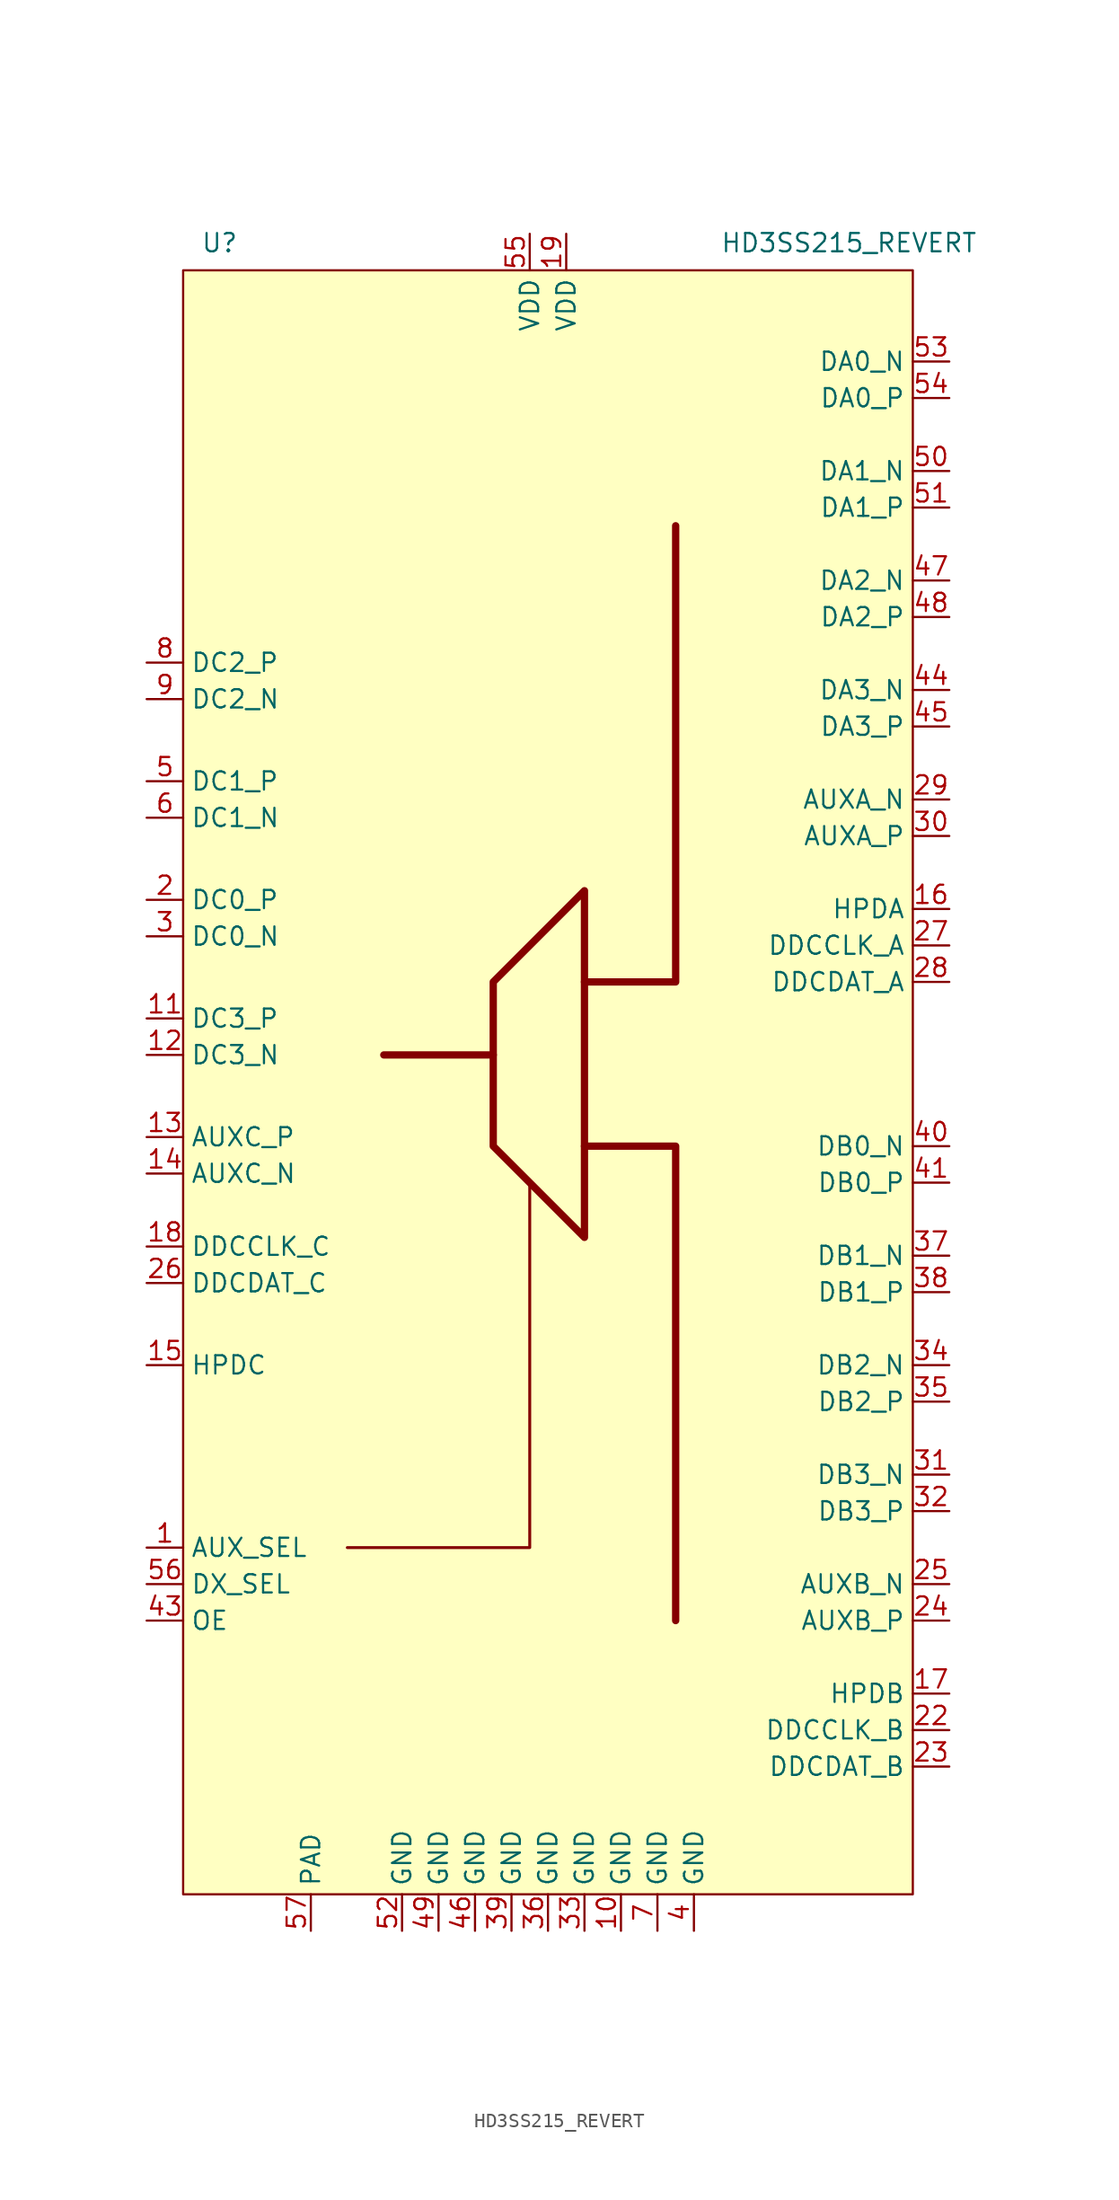
<source format=kicad_sym>
(kicad_symbol_lib
  (version 20201005)
  (generator kicad_symbol_editor)
  (symbol "ioboard:HD3SS215_REVERT"
    (property "Reference" "U"
      (at -24.13 56.515 0)
      (effects (font (size 1.27 1.27))))
    (property "Value" "HD3SS215_REVERT"
      (at 19.685 56.515 0)
      (effects (font (size 1.27 1.27))))
    (symbol "HD3SS215_REVERT_0_0"
      (pin bidirectional line (at -29.21 2.54 0) (length 2.54) (name "DC3_P" (effects (font (size 1.27 1.27)))) (number "11" (effects (font (size 1.27 1.27)))))
      (pin bidirectional line (at -29.21 0 0) (length 2.54) (name "DC3_N" (effects (font (size 1.27 1.27)))) (number "12" (effects (font (size 1.27 1.27)))))
      (pin bidirectional line (at -29.21 -5.715 0) (length 2.54) (name "AUXC_P" (effects (font (size 1.27 1.27)))) (number "13" (effects (font (size 1.27 1.27)))))
      (pin bidirectional line (at -29.21 -8.255 0) (length 2.54) (name "AUXC_N" (effects (font (size 1.27 1.27)))) (number "14" (effects (font (size 1.27 1.27)))))
      (pin bidirectional line (at -29.21 -21.59 0) (length 2.54) (name "HPDC" (effects (font (size 1.27 1.27)))) (number "15" (effects (font (size 1.27 1.27)))))
      (pin bidirectional line (at 26.67 10.16 180) (length 2.54) (name "HPDA" (effects (font (size 1.27 1.27)))) (number "16" (effects (font (size 1.27 1.27)))))
      (pin bidirectional line (at 26.67 -44.45 180) (length 2.54) (name "HPDB" (effects (font (size 1.27 1.27)))) (number "17" (effects (font (size 1.27 1.27)))))
      (pin bidirectional line (at -29.21 -13.335 0) (length 2.54) (name "DDCCLK_C" (effects (font (size 1.27 1.27)))) (number "18" (effects (font (size 1.27 1.27)))))
      (pin power_in line (at 0 57.15 270) (length 2.54) (name "VDD" (effects (font (size 1.27 1.27)))) (number "19" (effects (font (size 1.27 1.27)))))
      (pin bidirectional line (at 26.67 -46.99 180) (length 2.54) (name "DDCCLK_B" (effects (font (size 1.27 1.27)))) (number "22" (effects (font (size 1.27 1.27)))))
      (pin bidirectional line (at 26.67 -49.53 180) (length 2.54) (name "DDCDAT_B" (effects (font (size 1.27 1.27)))) (number "23" (effects (font (size 1.27 1.27)))))
      (pin bidirectional line (at 26.67 -39.37 180) (length 2.54) (name "AUXB_P" (effects (font (size 1.27 1.27)))) (number "24" (effects (font (size 1.27 1.27)))))
      (pin bidirectional line (at 26.67 -36.83 180) (length 2.54) (name "AUXB_N" (effects (font (size 1.27 1.27)))) (number "25" (effects (font (size 1.27 1.27)))))
      (pin bidirectional line (at -29.21 -15.875 0) (length 2.54) (name "DDCDAT_C" (effects (font (size 1.27 1.27)))) (number "26" (effects (font (size 1.27 1.27)))))
      (pin bidirectional line (at 26.67 7.62 180) (length 2.54) (name "DDCCLK_A" (effects (font (size 1.27 1.27)))) (number "27" (effects (font (size 1.27 1.27)))))
      (pin bidirectional line (at 26.67 5.08 180) (length 2.54) (name "DDCDAT_A" (effects (font (size 1.27 1.27)))) (number "28" (effects (font (size 1.27 1.27)))))
      (pin bidirectional line (at 26.67 17.78 180) (length 2.54) (name "AUXA_N" (effects (font (size 1.27 1.27)))) (number "29" (effects (font (size 1.27 1.27)))))
      (pin bidirectional line (at 26.67 15.24 180) (length 2.54) (name "AUXA_P" (effects (font (size 1.27 1.27)))) (number "30" (effects (font (size 1.27 1.27)))))
      (pin bidirectional line (at 26.67 -29.21 180) (length 2.54) (name "DB3_N" (effects (font (size 1.27 1.27)))) (number "31" (effects (font (size 1.27 1.27)))))
      (pin bidirectional line (at 26.67 -31.75 180) (length 2.54) (name "DB3_P" (effects (font (size 1.27 1.27)))) (number "32" (effects (font (size 1.27 1.27)))))
      (pin unspecified line (at 1.27 -60.96 90) (length 2.54) (name "GND" (effects (font (size 1.27 1.27)))) (number "33" (effects (font (size 1.27 1.27)))))
      (pin bidirectional line (at 26.67 -21.59 180) (length 2.54) (name "DB2_N" (effects (font (size 1.27 1.27)))) (number "34" (effects (font (size 1.27 1.27)))))
      (pin bidirectional line (at 26.67 -24.13 180) (length 2.54) (name "DB2_P" (effects (font (size 1.27 1.27)))) (number "35" (effects (font (size 1.27 1.27)))))
      (pin unspecified line (at -1.27 -60.96 90) (length 2.54) (name "GND" (effects (font (size 1.27 1.27)))) (number "36" (effects (font (size 1.27 1.27)))))
      (pin bidirectional line (at 26.67 -13.97 180) (length 2.54) (name "DB1_N" (effects (font (size 1.27 1.27)))) (number "37" (effects (font (size 1.27 1.27)))))
      (pin bidirectional line (at 26.67 -16.51 180) (length 2.54) (name "DB1_P" (effects (font (size 1.27 1.27)))) (number "38" (effects (font (size 1.27 1.27)))))
      (pin unspecified line (at -3.81 -60.96 90) (length 2.54) (name "GND" (effects (font (size 1.27 1.27)))) (number "39" (effects (font (size 1.27 1.27)))))
      (pin bidirectional line (at 26.67 -6.35 180) (length 2.54) (name "DB0_N" (effects (font (size 1.27 1.27)))) (number "40" (effects (font (size 1.27 1.27)))))
      (pin bidirectional line (at 26.67 -8.89 180) (length 2.54) (name "DB0_P" (effects (font (size 1.27 1.27)))) (number "41" (effects (font (size 1.27 1.27)))))
      (pin input line (at -29.21 -39.37 0) (length 2.54) (name "OE" (effects (font (size 1.27 1.27)))) (number "43" (effects (font (size 1.27 1.27)))))
      (pin bidirectional line (at 26.67 25.4 180) (length 2.54) (name "DA3_N" (effects (font (size 1.27 1.27)))) (number "44" (effects (font (size 1.27 1.27)))))
      (pin bidirectional line (at 26.67 22.86 180) (length 2.54) (name "DA3_P" (effects (font (size 1.27 1.27)))) (number "45" (effects (font (size 1.27 1.27)))))
      (pin unspecified line (at -6.35 -60.96 90) (length 2.54) (name "GND" (effects (font (size 1.27 1.27)))) (number "46" (effects (font (size 1.27 1.27)))))
      (pin bidirectional line (at 26.67 33.02 180) (length 2.54) (name "DA2_N" (effects (font (size 1.27 1.27)))) (number "47" (effects (font (size 1.27 1.27)))))
      (pin bidirectional line (at 26.67 30.48 180) (length 2.54) (name "DA2_P" (effects (font (size 1.27 1.27)))) (number "48" (effects (font (size 1.27 1.27)))))
      (pin unspecified line (at -8.89 -60.96 90) (length 2.54) (name "GND" (effects (font (size 1.27 1.27)))) (number "49" (effects (font (size 1.27 1.27)))))
      (pin bidirectional line (at 26.67 40.64 180) (length 2.54) (name "DA1_N" (effects (font (size 1.27 1.27)))) (number "50" (effects (font (size 1.27 1.27)))))
      (pin bidirectional line (at 26.67 38.1 180) (length 2.54) (name "DA1_P" (effects (font (size 1.27 1.27)))) (number "51" (effects (font (size 1.27 1.27)))))
      (pin unspecified line (at -11.43 -60.96 90) (length 2.54) (name "GND" (effects (font (size 1.27 1.27)))) (number "52" (effects (font (size 1.27 1.27)))))
      (pin bidirectional line (at 26.67 48.26 180) (length 2.54) (name "DA0_N" (effects (font (size 1.27 1.27)))) (number "53" (effects (font (size 1.27 1.27)))))
      (pin bidirectional line (at 26.67 45.72 180) (length 2.54) (name "DA0_P" (effects (font (size 1.27 1.27)))) (number "54" (effects (font (size 1.27 1.27)))))
      (pin power_in line (at -2.54 57.15 270) (length 2.54) (name "VDD" (effects (font (size 1.27 1.27)))) (number "55" (effects (font (size 1.27 1.27)))))
      (pin input line (at -29.21 -36.83 0) (length 2.54) (name "DX_SEL" (effects (font (size 1.27 1.27)))) (number "56" (effects (font (size 1.27 1.27)))))
      (pin unspecified line (at -17.78 -60.96 90) (length 2.54) (name "PAD" (effects (font (size 1.27 1.27)))) (number "57" (effects (font (size 1.27 1.27))))))
    (symbol "HD3SS215_REVERT_0_1"
      (rectangle (start 24.13 54.61) (end -26.67 -58.42) (stroke (width 0)) (fill (type background)))
      (polyline (pts (xy -5.08 0) (xy -12.7 0)) (stroke (width 0.508)) (fill (type none)))
      (polyline (pts (xy -2.54 -8.89) (xy -2.54 -34.29) (xy -15.24 -34.29)) (stroke (width 0.203)) (fill (type none)))
      (polyline (pts (xy 1.27 -6.35) (xy 7.62 -6.35) (xy 7.62 -39.37)) (stroke (width 0.508)) (fill (type none)))
      (polyline (pts (xy 1.27 5.08) (xy 7.62 5.08) (xy 7.62 36.83)) (stroke (width 0.508)) (fill (type none)))
      (polyline (pts (xy 1.27 11.43) (xy 1.27 -12.7) (xy -5.08 -6.35) (xy -5.08 5.08) (xy 1.27 11.43)) (stroke (width 0.508)) (fill (type none))))
    (symbol "HD3SS215_REVERT_1_1"
      (pin input line (at -29.21 -34.29 0) (length 2.54) (name "AUX_SEL" (effects (font (size 1.27 1.27)))) (number "1" (effects (font (size 1.27 1.27)))))
      (pin unspecified line (at 3.81 -60.96 90) (length 2.54) (name "GND" (effects (font (size 1.27 1.27)))) (number "10" (effects (font (size 1.27 1.27)))))
      (pin bidirectional line (at -29.21 10.795 0) (length 2.54) (name "DC0_P" (effects (font (size 1.27 1.27)))) (number "2" (effects (font (size 1.27 1.27)))))
      (pin bidirectional line (at -29.21 8.255 0) (length 2.54) (name "DC0_N" (effects (font (size 1.27 1.27)))) (number "3" (effects (font (size 1.27 1.27)))))
      (pin unspecified line (at 8.89 -60.96 90) (length 2.54) (name "GND" (effects (font (size 1.27 1.27)))) (number "4" (effects (font (size 1.27 1.27)))))
      (pin bidirectional line (at -29.21 19.05 0) (length 2.54) (name "DC1_P" (effects (font (size 1.27 1.27)))) (number "5" (effects (font (size 1.27 1.27)))))
      (pin bidirectional line (at -29.21 16.51 0) (length 2.54) (name "DC1_N" (effects (font (size 1.27 1.27)))) (number "6" (effects (font (size 1.27 1.27)))))
      (pin unspecified line (at 6.35 -60.96 90) (length 2.54) (name "GND" (effects (font (size 1.27 1.27)))) (number "7" (effects (font (size 1.27 1.27)))))
      (pin bidirectional line (at -29.21 27.305 0) (length 2.54) (name "DC2_P" (effects (font (size 1.27 1.27)))) (number "8" (effects (font (size 1.27 1.27)))))
      (pin bidirectional line (at -29.21 24.765 0) (length 2.54) (name "DC2_N" (effects (font (size 1.27 1.27)))) (number "9" (effects (font (size 1.27 1.27))))))))
</source>
